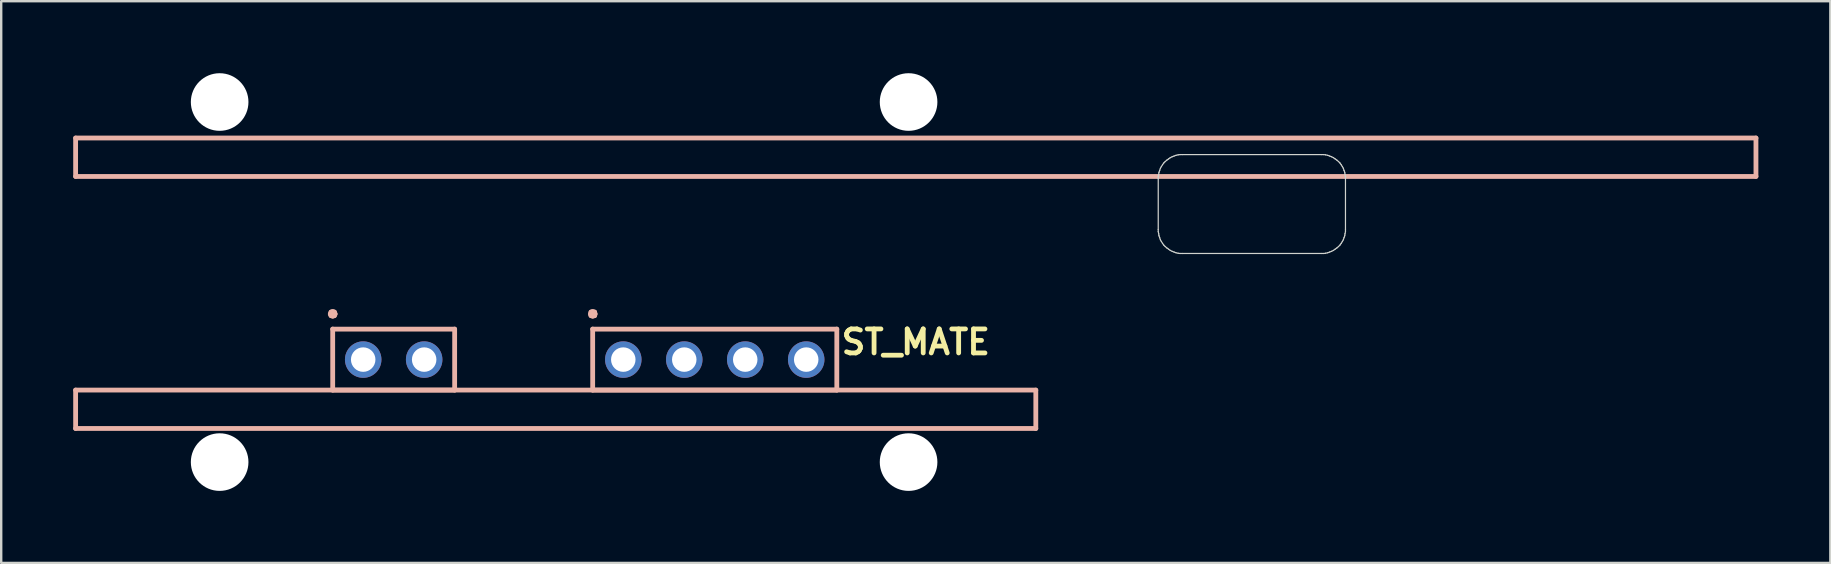
<source format=kicad_pcb>
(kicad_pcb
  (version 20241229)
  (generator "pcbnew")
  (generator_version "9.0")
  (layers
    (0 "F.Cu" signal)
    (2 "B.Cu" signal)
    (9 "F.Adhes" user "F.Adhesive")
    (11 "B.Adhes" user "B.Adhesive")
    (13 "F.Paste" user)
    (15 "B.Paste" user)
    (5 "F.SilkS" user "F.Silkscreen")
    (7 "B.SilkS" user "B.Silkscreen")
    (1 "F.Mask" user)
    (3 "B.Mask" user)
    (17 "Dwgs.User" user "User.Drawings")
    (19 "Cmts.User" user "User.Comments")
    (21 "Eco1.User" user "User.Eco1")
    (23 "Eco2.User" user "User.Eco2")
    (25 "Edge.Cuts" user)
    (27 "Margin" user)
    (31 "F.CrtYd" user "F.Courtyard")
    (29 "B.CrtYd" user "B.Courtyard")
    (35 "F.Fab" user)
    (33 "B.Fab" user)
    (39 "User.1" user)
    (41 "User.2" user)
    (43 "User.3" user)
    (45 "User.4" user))
  (footprint "ST_MATE"
    (layer "F.Cu")
    (at 35.1 13.2)
    (property "Reference" "ST_MATE" (at 0 -2 0) (layer "F.SilkS") (effects (font (size 1 1) (thickness 0.2))))
    (attr through_hole)
    (fp_line (start -35 -10.5) (end 35 -10.5) (stroke (width 0.2) (type solid)) (layer "B.SilkS"))
    (fp_line (start -35 -8.9) (end -35 -10.5) (stroke (width 0.2) (type solid)) (layer "B.SilkS"))
    (fp_line (start -35 0) (end 5 0) (stroke (width 0.2) (type solid)) (layer "B.SilkS"))
    (fp_line (start -35 1.6) (end -35 0) (stroke (width 0.2) (type solid)) (layer "B.SilkS"))
    (fp_line (start -24.39 -3.17) (end -24.36 -3.1) (stroke (width 0.2) (type solid)) (layer "B.SilkS"))
    (fp_line (start -24.36 -3.25) (end -24.39 -3.17) (stroke (width 0.2) (type solid)) (layer "B.SilkS"))
    (fp_line (start -24.36 -3.1) (end -24.29 -3.08) (stroke (width 0.2) (type solid)) (layer "B.SilkS"))
    (fp_line (start -24.29 -3.27) (end -24.36 -3.25) (stroke (width 0.2) (type solid)) (layer "B.SilkS"))
    (fp_line (start -24.29 -3.08) (end -24.22 -3.1) (stroke (width 0.2) (type solid)) (layer "B.SilkS"))
    (fp_line (start -24.29 -2.54) (end -19.21 -2.54) (stroke (width 0.2) (type solid)) (layer "B.SilkS"))
    (fp_line (start -24.29 0) (end -24.29 -2.54) (stroke (width 0.2) (type solid)) (layer "B.SilkS"))
    (fp_line (start -24.22 -3.25) (end -24.29 -3.27) (stroke (width 0.2) (type solid)) (layer "B.SilkS"))
    (fp_line (start -24.22 -3.1) (end -24.19 -3.17) (stroke (width 0.2) (type solid)) (layer "B.SilkS"))
    (fp_line (start -24.19 -3.17) (end -24.22 -3.25) (stroke (width 0.2) (type solid)) (layer "B.SilkS"))
    (fp_line (start -19.21 -2.54) (end -19.21 0) (stroke (width 0.2) (type solid)) (layer "B.SilkS"))
    (fp_line (start -19.21 0) (end -24.29 0) (stroke (width 0.2) (type solid)) (layer "B.SilkS"))
    (fp_line (start -13.55 -3.17) (end -13.53 -3.1) (stroke (width 0.2) (type solid)) (layer "B.SilkS"))
    (fp_line (start -13.53 -3.25) (end -13.55 -3.17) (stroke (width 0.2) (type solid)) (layer "B.SilkS"))
    (fp_line (start -13.53 -3.1) (end -13.46 -3.08) (stroke (width 0.2) (type solid)) (layer "B.SilkS"))
    (fp_line (start -13.46 -3.27) (end -13.53 -3.25) (stroke (width 0.2) (type solid)) (layer "B.SilkS"))
    (fp_line (start -13.46 -3.08) (end -13.38 -3.1) (stroke (width 0.2) (type solid)) (layer "B.SilkS"))
    (fp_line (start -13.46 -2.54) (end -3.29 -2.54) (stroke (width 0.2) (type solid)) (layer "B.SilkS"))
    (fp_line (start -13.46 0) (end -13.46 -2.54) (stroke (width 0.2) (type solid)) (layer "B.SilkS"))
    (fp_line (start -13.38 -3.25) (end -13.46 -3.27) (stroke (width 0.2) (type solid)) (layer "B.SilkS"))
    (fp_line (start -13.38 -3.1) (end -13.36 -3.17) (stroke (width 0.2) (type solid)) (layer "B.SilkS"))
    (fp_line (start -13.36 -3.17) (end -13.38 -3.25) (stroke (width 0.2) (type solid)) (layer "B.SilkS"))
    (fp_line (start -3.29 -2.54) (end -3.29 0) (stroke (width 0.2) (type solid)) (layer "B.SilkS"))
    (fp_line (start -3.29 0) (end -13.46 0) (stroke (width 0.2) (type solid)) (layer "B.SilkS"))
    (fp_line (start 5 0) (end 5 1.6) (stroke (width 0.2) (type solid)) (layer "B.SilkS"))
    (fp_line (start 5 1.6) (end -35 1.6) (stroke (width 0.2) (type solid)) (layer "B.SilkS"))
    (fp_line (start 35 -10.5) (end 35 -8.9) (stroke (width 0.2) (type solid)) (layer "B.SilkS"))
    (fp_line (start 35 -8.9) (end -35 -8.9) (stroke (width 0.2) (type solid)) (layer "B.SilkS"))
    (fp_line (start 10.1 -8.9) (end 10.1 -8.81) (stroke (width 0.05) (type solid)) (layer "Edge.Cuts"))
    (fp_line (start 10.1 -8.81) (end 10.1 -6.69) (stroke (width 0.05) (type solid)) (layer "Edge.Cuts"))
    (fp_line (start 10.1 -6.69) (end 10.1 -6.6) (stroke (width 0.05) (type solid)) (layer "Edge.Cuts"))
    (fp_line (start 10.1 -6.6) (end 10.12 -6.51) (stroke (width 0.05) (type solid)) (layer "Edge.Cuts"))
    (fp_line (start 10.12 -8.99) (end 10.1 -8.9) (stroke (width 0.05) (type solid)) (layer "Edge.Cuts"))
    (fp_line (start 10.12 -6.51) (end 10.13 -6.43) (stroke (width 0.05) (type solid)) (layer "Edge.Cuts"))
    (fp_line (start 10.13 -9.07) (end 10.12 -8.99) (stroke (width 0.05) (type solid)) (layer "Edge.Cuts"))
    (fp_line (start 10.13 -6.43) (end 10.16 -6.35) (stroke (width 0.05) (type solid)) (layer "Edge.Cuts"))
    (fp_line (start 10.16 -9.15) (end 10.13 -9.07) (stroke (width 0.05) (type solid)) (layer "Edge.Cuts"))
    (fp_line (start 10.16 -6.35) (end 10.19 -6.26) (stroke (width 0.05) (type solid)) (layer "Edge.Cuts"))
    (fp_line (start 10.19 -9.24) (end 10.16 -9.15) (stroke (width 0.05) (type solid)) (layer "Edge.Cuts"))
    (fp_line (start 10.19 -6.26) (end 10.23 -6.19) (stroke (width 0.05) (type solid)) (layer "Edge.Cuts"))
    (fp_line (start 10.23 -9.31) (end 10.19 -9.24) (stroke (width 0.05) (type solid)) (layer "Edge.Cuts"))
    (fp_line (start 10.23 -6.19) (end 10.28 -6.11) (stroke (width 0.05) (type solid)) (layer "Edge.Cuts"))
    (fp_line (start 10.28 -9.39) (end 10.23 -9.31) (stroke (width 0.05) (type solid)) (layer "Edge.Cuts"))
    (fp_line (start 10.28 -6.11) (end 10.33 -6.04) (stroke (width 0.05) (type solid)) (layer "Edge.Cuts"))
    (fp_line (start 10.33 -9.46) (end 10.28 -9.39) (stroke (width 0.05) (type solid)) (layer "Edge.Cuts"))
    (fp_line (start 10.33 -6.04) (end 10.39 -5.98) (stroke (width 0.05) (type solid)) (layer "Edge.Cuts"))
    (fp_line (start 10.39 -9.52) (end 10.33 -9.46) (stroke (width 0.05) (type solid)) (layer "Edge.Cuts"))
    (fp_line (start 10.39 -5.98) (end 10.46 -5.92) (stroke (width 0.05) (type solid)) (layer "Edge.Cuts"))
    (fp_line (start 10.46 -9.58) (end 10.39 -9.52) (stroke (width 0.05) (type solid)) (layer "Edge.Cuts"))
    (fp_line (start 10.46 -5.92) (end 10.53 -5.87) (stroke (width 0.05) (type solid)) (layer "Edge.Cuts"))
    (fp_line (start 10.53 -9.63) (end 10.46 -9.58) (stroke (width 0.05) (type solid)) (layer "Edge.Cuts"))
    (fp_line (start 10.53 -5.87) (end 10.6 -5.82) (stroke (width 0.05) (type solid)) (layer "Edge.Cuts"))
    (fp_line (start 10.6 -9.68) (end 10.53 -9.63) (stroke (width 0.05) (type solid)) (layer "Edge.Cuts"))
    (fp_line (start 10.6 -5.82) (end 10.68 -5.78) (stroke (width 0.05) (type solid)) (layer "Edge.Cuts"))
    (fp_line (start 10.68 -9.72) (end 10.6 -9.68) (stroke (width 0.05) (type solid)) (layer "Edge.Cuts"))
    (fp_line (start 10.68 -5.78) (end 10.76 -5.75) (stroke (width 0.05) (type solid)) (layer "Edge.Cuts"))
    (fp_line (start 10.76 -9.75) (end 10.68 -9.72) (stroke (width 0.05) (type solid)) (layer "Edge.Cuts"))
    (fp_line (start 10.76 -5.75) (end 10.84 -5.72) (stroke (width 0.05) (type solid)) (layer "Edge.Cuts"))
    (fp_line (start 10.84 -9.78) (end 10.76 -9.75) (stroke (width 0.05) (type solid)) (layer "Edge.Cuts"))
    (fp_line (start 10.84 -5.72) (end 10.93 -5.7) (stroke (width 0.05) (type solid)) (layer "Edge.Cuts"))
    (fp_line (start 10.93 -9.8) (end 10.84 -9.78) (stroke (width 0.05) (type solid)) (layer "Edge.Cuts"))
    (fp_line (start 10.93 -5.7) (end 11.01 -5.69) (stroke (width 0.05) (type solid)) (layer "Edge.Cuts"))
    (fp_line (start 11.01 -9.81) (end 10.93 -9.8) (stroke (width 0.05) (type solid)) (layer "Edge.Cuts"))
    (fp_line (start 11.01 -5.69) (end 11.1 -5.69) (stroke (width 0.05) (type solid)) (layer "Edge.Cuts"))
    (fp_line (start 11.1 -9.81) (end 11.01 -9.81) (stroke (width 0.05) (type solid)) (layer "Edge.Cuts"))
    (fp_line (start 11.1 -5.69) (end 16.9 -5.69) (stroke (width 0.05) (type solid)) (layer "Edge.Cuts"))
    (fp_line (start 16.9 -9.81) (end 11.1 -9.81) (stroke (width 0.05) (type solid)) (layer "Edge.Cuts"))
    (fp_line (start 16.9 -5.69) (end 16.99 -5.69) (stroke (width 0.05) (type solid)) (layer "Edge.Cuts"))
    (fp_line (start 16.99 -9.81) (end 16.9 -9.81) (stroke (width 0.05) (type solid)) (layer "Edge.Cuts"))
    (fp_line (start 16.99 -5.69) (end 17.07 -5.7) (stroke (width 0.05) (type solid)) (layer "Edge.Cuts"))
    (fp_line (start 17.07 -9.8) (end 16.99 -9.81) (stroke (width 0.05) (type solid)) (layer "Edge.Cuts"))
    (fp_line (start 17.07 -5.7) (end 17.16 -5.72) (stroke (width 0.05) (type solid)) (layer "Edge.Cuts"))
    (fp_line (start 17.16 -9.78) (end 17.07 -9.8) (stroke (width 0.05) (type solid)) (layer "Edge.Cuts"))
    (fp_line (start 17.16 -5.72) (end 17.24 -5.75) (stroke (width 0.05) (type solid)) (layer "Edge.Cuts"))
    (fp_line (start 17.24 -9.75) (end 17.16 -9.78) (stroke (width 0.05) (type solid)) (layer "Edge.Cuts"))
    (fp_line (start 17.24 -5.75) (end 17.32 -5.78) (stroke (width 0.05) (type solid)) (layer "Edge.Cuts"))
    (fp_line (start 17.32 -9.72) (end 17.24 -9.75) (stroke (width 0.05) (type solid)) (layer "Edge.Cuts"))
    (fp_line (start 17.32 -5.78) (end 17.4 -5.82) (stroke (width 0.05) (type solid)) (layer "Edge.Cuts"))
    (fp_line (start 17.4 -9.68) (end 17.32 -9.72) (stroke (width 0.05) (type solid)) (layer "Edge.Cuts"))
    (fp_line (start 17.4 -5.82) (end 17.47 -5.87) (stroke (width 0.05) (type solid)) (layer "Edge.Cuts"))
    (fp_line (start 17.47 -9.63) (end 17.4 -9.68) (stroke (width 0.05) (type solid)) (layer "Edge.Cuts"))
    (fp_line (start 17.47 -5.87) (end 17.54 -5.92) (stroke (width 0.05) (type solid)) (layer "Edge.Cuts"))
    (fp_line (start 17.54 -9.58) (end 17.47 -9.63) (stroke (width 0.05) (type solid)) (layer "Edge.Cuts"))
    (fp_line (start 17.54 -5.92) (end 17.61 -5.98) (stroke (width 0.05) (type solid)) (layer "Edge.Cuts"))
    (fp_line (start 17.61 -9.52) (end 17.54 -9.58) (stroke (width 0.05) (type solid)) (layer "Edge.Cuts"))
    (fp_line (start 17.61 -5.98) (end 17.67 -6.04) (stroke (width 0.05) (type solid)) (layer "Edge.Cuts"))
    (fp_line (start 17.67 -9.46) (end 17.61 -9.52) (stroke (width 0.05) (type solid)) (layer "Edge.Cuts"))
    (fp_line (start 17.67 -6.04) (end 17.72 -6.11) (stroke (width 0.05) (type solid)) (layer "Edge.Cuts"))
    (fp_line (start 17.72 -9.39) (end 17.67 -9.46) (stroke (width 0.05) (type solid)) (layer "Edge.Cuts"))
    (fp_line (start 17.72 -6.11) (end 17.77 -6.19) (stroke (width 0.05) (type solid)) (layer "Edge.Cuts"))
    (fp_line (start 17.77 -9.31) (end 17.72 -9.39) (stroke (width 0.05) (type solid)) (layer "Edge.Cuts"))
    (fp_line (start 17.77 -6.19) (end 17.81 -6.26) (stroke (width 0.05) (type solid)) (layer "Edge.Cuts"))
    (fp_line (start 17.81 -9.24) (end 17.77 -9.31) (stroke (width 0.05) (type solid)) (layer "Edge.Cuts"))
    (fp_line (start 17.81 -6.26) (end 17.84 -6.35) (stroke (width 0.05) (type solid)) (layer "Edge.Cuts"))
    (fp_line (start 17.84 -9.15) (end 17.81 -9.24) (stroke (width 0.05) (type solid)) (layer "Edge.Cuts"))
    (fp_line (start 17.84 -6.35) (end 17.87 -6.43) (stroke (width 0.05) (type solid)) (layer "Edge.Cuts"))
    (fp_line (start 17.87 -9.07) (end 17.84 -9.15) (stroke (width 0.05) (type solid)) (layer "Edge.Cuts"))
    (fp_line (start 17.87 -6.43) (end 17.88 -6.51) (stroke (width 0.05) (type solid)) (layer "Edge.Cuts"))
    (fp_line (start 17.88 -8.99) (end 17.87 -9.07) (stroke (width 0.05) (type solid)) (layer "Edge.Cuts"))
    (fp_line (start 17.88 -6.51) (end 17.9 -6.6) (stroke (width 0.05) (type solid)) (layer "Edge.Cuts"))
    (fp_line (start 17.9 -8.9) (end 17.88 -8.99) (stroke (width 0.05) (type solid)) (layer "Edge.Cuts"))
    (fp_line (start 17.9 -8.81) (end 17.9 -8.9) (stroke (width 0.05) (type solid)) (layer "Edge.Cuts"))
    (fp_line (start 17.9 -6.69) (end 17.9 -8.81) (stroke (width 0.05) (type solid)) (layer "Edge.Cuts"))
    (fp_line (start 17.9 -6.6) (end 17.9 -6.69) (stroke (width 0.05) (type solid)) (layer "Edge.Cuts"))
    (pad "" np_thru_hole circle (at -29 -12) (size 2.4 2.4) (drill 2.4) (layers "*.Cu" "*.Mask"))
    (pad "" np_thru_hole circle (at -29 3) (size 2.4 2.4) (drill 2.4) (layers "*.Cu" "*.Mask"))
    (pad "" np_thru_hole circle (at -0.3 -12) (size 2.4 2.4) (drill 2.4) (layers "*.Cu" "*.Mask"))
    (pad "" np_thru_hole circle (at -0.3 3) (size 2.4 2.4) (drill 2.4) (layers "*.Cu" "*.Mask"))
    (pad "1" thru_hole circle (at -23.02 -1.27) (size 1.52 1.52) (drill 1.02) (layers "*.Cu" "*.Mask"))
    (pad "2" thru_hole circle (at -20.48 -1.27) (size 1.52 1.52) (drill 1.02) (layers "*.Cu" "*.Mask"))
    (pad "3" thru_hole circle (at -12.185 -1.27) (size 1.52 1.52) (drill 1.02) (layers "*.Cu" "*.Mask"))
    (pad "4" thru_hole circle (at -9.645 -1.27) (size 1.52 1.52) (drill 1.02) (layers "*.Cu" "*.Mask"))
    (pad "5" thru_hole circle (at -7.105 -1.27) (size 1.52 1.52) (drill 1.02) (layers "*.Cu" "*.Mask"))
    (pad "6" thru_hole circle (at -4.565 -1.27) (size 1.52 1.52) (drill 1.02) (layers "*.Cu" "*.Mask")))
  (gr_rect
    (start -3 -3)
    (end 73.2 20.4)
    (stroke (width 0.1) (type default))
    (fill no)
    (layer "Edge.Cuts")))
</source>
